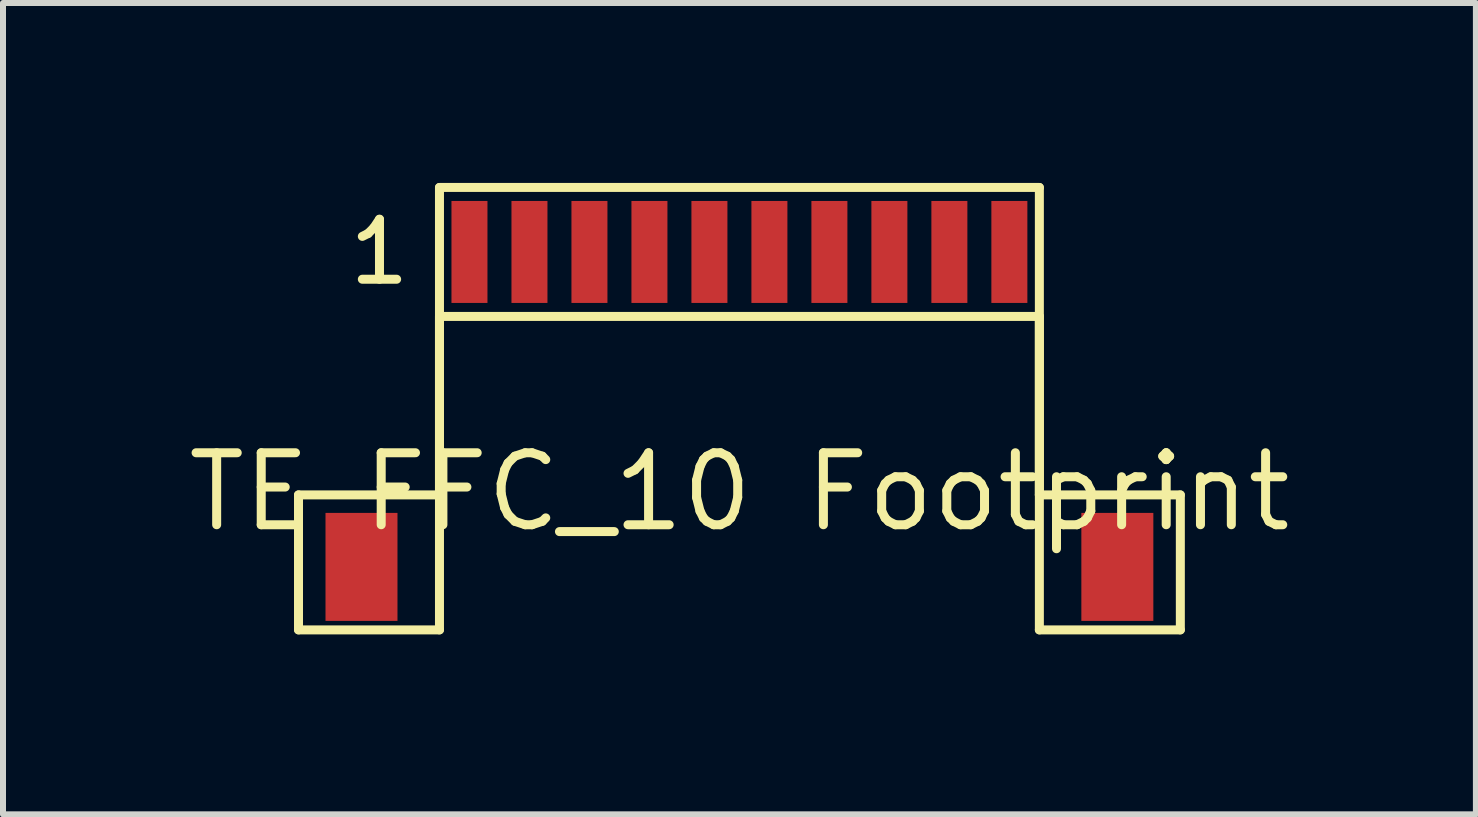
<source format=kicad_pcb>
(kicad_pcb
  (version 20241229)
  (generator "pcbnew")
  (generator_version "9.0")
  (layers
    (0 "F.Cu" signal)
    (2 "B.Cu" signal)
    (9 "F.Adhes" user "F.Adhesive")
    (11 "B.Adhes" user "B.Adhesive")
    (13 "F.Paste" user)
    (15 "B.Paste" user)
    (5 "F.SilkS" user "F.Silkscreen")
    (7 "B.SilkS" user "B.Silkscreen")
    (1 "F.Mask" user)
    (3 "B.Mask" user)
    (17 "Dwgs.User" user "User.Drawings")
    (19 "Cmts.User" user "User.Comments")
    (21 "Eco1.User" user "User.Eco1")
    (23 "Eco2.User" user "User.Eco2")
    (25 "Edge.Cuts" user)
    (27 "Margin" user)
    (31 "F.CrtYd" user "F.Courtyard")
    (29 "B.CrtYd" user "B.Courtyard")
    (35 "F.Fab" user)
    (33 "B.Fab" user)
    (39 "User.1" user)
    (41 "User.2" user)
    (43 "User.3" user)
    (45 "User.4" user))
  (footprint "TE FFC_10 Footprint"
    (layer "F.Cu")
    (at 9.276 1.15)
    (property "Reference" "TE FFC_10 Footprint" (at 0 4 0) (layer "F.SilkS") (effects (font (size 1.2 1.2) (thickness 0.15))))
    (attr through_hole)
    (fp_line (start -7.35 4.05) (end -5 4.05) (stroke (width 0.15) (type solid)) (layer "F.SilkS"))
    (fp_line (start -7.35 6.3) (end -7.35 4.05) (stroke (width 0.15) (type solid)) (layer "F.SilkS"))
    (fp_line (start -5 -1.075) (end 5 -1.075) (stroke (width 0.15) (type solid)) (layer "F.SilkS"))
    (fp_line (start -5 1.075) (end -5 6.3) (stroke (width 0.15) (type solid)) (layer "F.SilkS"))
    (fp_line (start -5 1.075) (end 5 1.075) (stroke (width 0.15) (type solid)) (layer "F.SilkS"))
    (fp_line (start -5 4.05) (end -5 -1.075) (stroke (width 0.15) (type solid)) (layer "F.SilkS"))
    (fp_line (start -5 6.3) (end -7.35 6.3) (stroke (width 0.15) (type solid)) (layer "F.SilkS"))
    (fp_line (start 5 1.075) (end 5 6.3) (stroke (width 0.15) (type solid)) (layer "F.SilkS"))
    (fp_line (start 5 4.05) (end 5 -1.075) (stroke (width 0.15) (type solid)) (layer "F.SilkS"))
    (fp_line (start 5 6.3) (end 7.35 6.3) (stroke (width 0.15) (type solid)) (layer "F.SilkS"))
    (fp_line (start 7.35 4.05) (end 5 4.05) (stroke (width 0.15) (type solid)) (layer "F.SilkS"))
    (fp_line (start 7.35 6.3) (end 7.35 4.05) (stroke (width 0.15) (type solid)) (layer "F.SilkS"))
    (fp_text user "1" (at -6 0 0) (layer "F.SilkS") (effects (font (size 1 1) (thickness 0.15))))
    (pad "0" smd rect (at -6.3 5.25) (size 1.2 1.8) (layers "F.Cu" "F.Mask" "F.Paste"))
    (pad "0" smd rect (at 6.3 5.25) (size 1.2 1.8) (layers "F.Cu" "F.Mask" "F.Paste"))
    (pad "1" smd rect (at -4.5 0) (size 0.6 1.7) (layers "F.Cu" "F.Mask" "F.Paste"))
    (pad "2" smd rect (at -3.5 0) (size 0.6 1.7) (layers "F.Cu" "F.Mask" "F.Paste"))
    (pad "3" smd rect (at -2.5 0) (size 0.6 1.7) (layers "F.Cu" "F.Mask" "F.Paste"))
    (pad "4" smd rect (at -1.5 0) (size 0.6 1.7) (layers "F.Cu" "F.Mask" "F.Paste"))
    (pad "5" smd rect (at -0.5 0) (size 0.6 1.7) (layers "F.Cu" "F.Mask" "F.Paste"))
    (pad "6" smd rect (at 0.5 0) (size 0.6 1.7) (layers "F.Cu" "F.Mask" "F.Paste"))
    (pad "7" smd rect (at 1.5 0) (size 0.6 1.7) (layers "F.Cu" "F.Mask" "F.Paste"))
    (pad "8" smd rect (at 2.5 0) (size 0.6 1.7) (layers "F.Cu" "F.Mask" "F.Paste"))
    (pad "9" smd rect (at 3.5 0) (size 0.6 1.7) (layers "F.Cu" "F.Mask" "F.Paste"))
    (pad "10" smd rect (at 4.5 0) (size 0.6 1.7) (layers "F.Cu" "F.Mask" "F.Paste")))
  (gr_rect
    (start -3 -3)
    (end 21.553 10.525)
    (stroke (width 0.1) (type default))
    (fill no)
    (layer "Edge.Cuts")))
</source>
